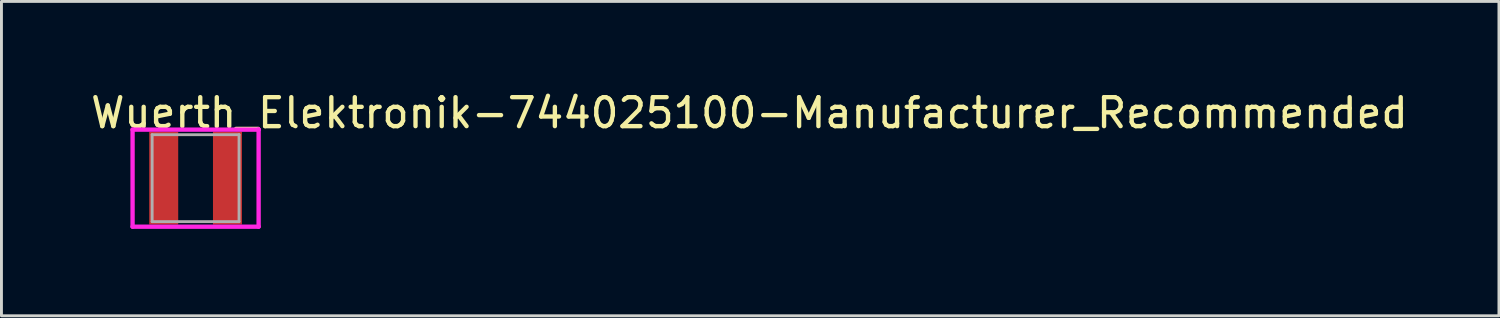
<source format=kicad_pcb>
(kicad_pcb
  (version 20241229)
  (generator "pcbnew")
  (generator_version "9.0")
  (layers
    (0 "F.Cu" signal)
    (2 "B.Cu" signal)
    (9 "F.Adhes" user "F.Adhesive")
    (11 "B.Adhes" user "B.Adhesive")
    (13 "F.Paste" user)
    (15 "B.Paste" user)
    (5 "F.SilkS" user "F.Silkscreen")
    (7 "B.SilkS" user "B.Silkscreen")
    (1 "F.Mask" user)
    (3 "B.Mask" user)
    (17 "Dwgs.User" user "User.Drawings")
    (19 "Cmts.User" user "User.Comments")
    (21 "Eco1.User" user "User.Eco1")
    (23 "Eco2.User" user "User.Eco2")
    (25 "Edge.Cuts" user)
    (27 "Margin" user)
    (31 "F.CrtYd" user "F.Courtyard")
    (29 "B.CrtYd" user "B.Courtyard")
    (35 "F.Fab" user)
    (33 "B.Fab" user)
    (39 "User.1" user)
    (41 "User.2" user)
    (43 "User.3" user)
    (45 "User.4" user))
  (footprint "Wuerth_Elektronik-744025100-Manufacturer_Recommended"
    (layer "F.Cu")
    (at 3.7 3.098)
    (property "Reference" "Wuerth_Elektronik-744025100-Manufacturer_Recommended" (at -3.7 -2.25 0) (layer "F.SilkS") (effects (font (size 1 1) (thickness 0.15)) (justify left)))
    (attr through_hole)
    (fp_line (start -2.175 -1.675) (end -2.175 1.675) (stroke (width 0.15) (type solid)) (layer "F.CrtYd"))
    (fp_line (start -2.175 1.675) (end 2.175 1.675) (stroke (width 0.15) (type solid)) (layer "F.CrtYd"))
    (fp_line (start 2.175 -1.675) (end -2.175 -1.675) (stroke (width 0.15) (type solid)) (layer "F.CrtYd"))
    (fp_line (start 2.175 -1.675) (end 2.175 -1.675) (stroke (width 0.15) (type solid)) (layer "F.CrtYd"))
    (fp_line (start 2.175 1.675) (end 2.175 -1.675) (stroke (width 0.15) (type solid)) (layer "F.CrtYd"))
    (fp_line (start -1.5 -1.5) (end 1.5 -1.5) (stroke (width 0.1) (type solid)) (layer "F.Fab"))
    (fp_line (start -1.5 1.5) (end -1.5 -1.5) (stroke (width 0.1) (type solid)) (layer "F.Fab"))
    (fp_line (start -1.5 1.5) (end 1.5 1.5) (stroke (width 0.1) (type solid)) (layer "F.Fab"))
    (fp_line (start 1.5 1.5) (end 1.5 -1.5) (stroke (width 0.1) (type solid)) (layer "F.Fab"))
    (pad "1" smd rect (at -1.1 -0.000001 270) (size 3.2 1) (layers "F.Cu" "F.Mask" "F.Paste"))
    (pad "2" smd rect (at 1.1 -0.000001 270) (size 3.2 1) (layers "F.Cu" "F.Mask" "F.Paste")))
  (gr_rect
    (start -3 -3)
    (end 48.679 7.848)
    (stroke (width 0.1) (type default))
    (fill no)
    (layer "Edge.Cuts")))
</source>
